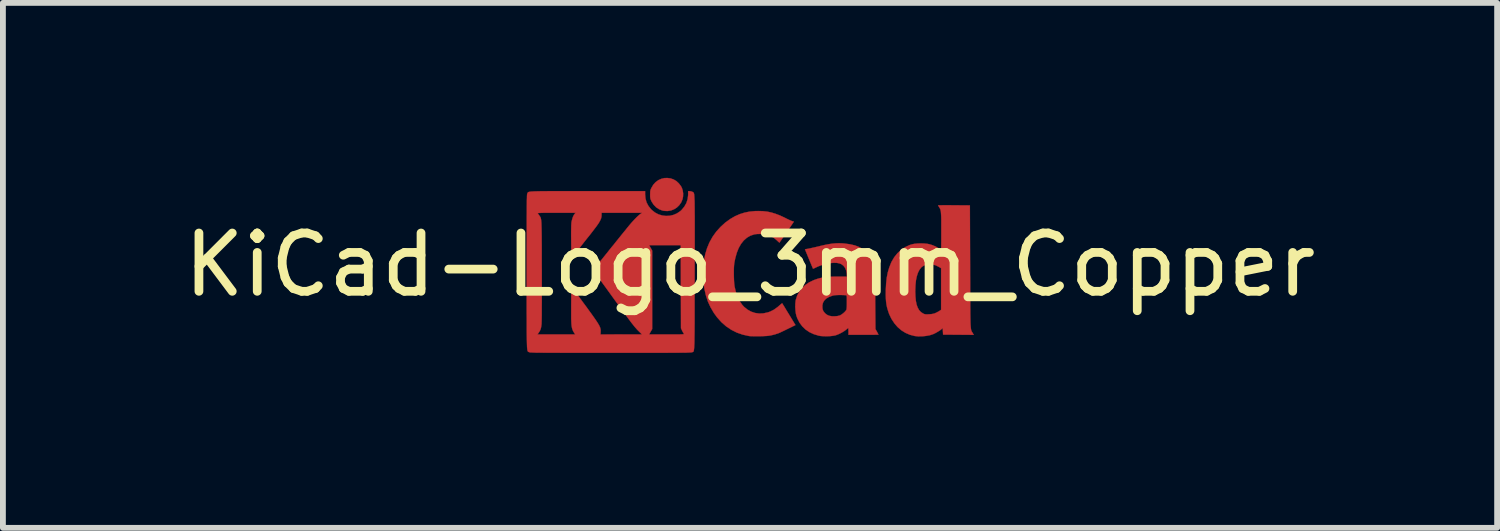
<source format=kicad_pcb>
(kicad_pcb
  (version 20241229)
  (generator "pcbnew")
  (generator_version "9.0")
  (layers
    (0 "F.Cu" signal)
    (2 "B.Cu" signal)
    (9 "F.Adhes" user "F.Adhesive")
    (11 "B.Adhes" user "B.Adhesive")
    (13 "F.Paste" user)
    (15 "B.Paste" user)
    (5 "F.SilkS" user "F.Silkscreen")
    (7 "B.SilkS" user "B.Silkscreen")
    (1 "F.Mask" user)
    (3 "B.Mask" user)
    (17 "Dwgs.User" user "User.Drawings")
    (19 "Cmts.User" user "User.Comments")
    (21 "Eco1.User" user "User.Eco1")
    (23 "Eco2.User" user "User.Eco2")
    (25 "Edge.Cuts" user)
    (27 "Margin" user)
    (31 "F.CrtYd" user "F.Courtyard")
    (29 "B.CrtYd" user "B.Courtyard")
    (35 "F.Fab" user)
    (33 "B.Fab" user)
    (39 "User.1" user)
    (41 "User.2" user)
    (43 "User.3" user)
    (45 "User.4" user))
  (footprint "KiCad-Logo_3mm_Copper"
    (layer "F.Cu")
    (at 9.815 1.492)
    (property "Reference" "KiCad-Logo_3mm_Copper" (at 0 0 0) (layer "F.SilkS") (effects (font (size 1 1) (thickness 0.15))))
    (attr exclude_from_pos_files exclude_from_bom)
    (fp_poly (pts (xy -1.363 -1.482) (xy -1.311 -1.464) (xy -1.263 -1.436) (xy -1.221 -1.397) (xy -1.184 -1.349) (xy -1.168 -1.318) (xy -1.154 -1.275) (xy -1.147 -1.226) (xy -1.148 -1.175) (xy -1.156 -1.129) (xy -1.179 -1.072) (xy -1.213 -1.023) (xy -1.254 -0.983) (xy -1.303 -0.952) (xy -1.357 -0.931) (xy -1.415 -0.922) (xy -1.474 -0.925) (xy -1.503 -0.931) (xy -1.56 -0.953) (xy -1.611 -0.987) (xy -1.654 -1.032) (xy -1.689 -1.086) (xy -1.691 -1.092) (xy -1.701 -1.114) (xy -1.708 -1.132) (xy -1.711 -1.152) (xy -1.713 -1.177) (xy -1.713 -1.205) (xy -1.712 -1.238) (xy -1.711 -1.262) (xy -1.707 -1.281) (xy -1.7 -1.3) (xy -1.691 -1.319) (xy -1.659 -1.373) (xy -1.619 -1.417) (xy -1.573 -1.451) (xy -1.523 -1.474) (xy -1.471 -1.487) (xy -1.417 -1.489) (xy -1.363 -1.482)) (stroke (width 0.005) (type solid)) (fill yes) (layer "F.Cu"))
    (fp_poly (pts (xy 0.22 -0.92) (xy 0.294 -0.912) (xy 0.366 -0.897) (xy 0.438 -0.875) (xy 0.514 -0.846) (xy 0.596 -0.808) (xy 0.611 -0.8) (xy 0.645 -0.783) (xy 0.677 -0.768) (xy 0.704 -0.756) (xy 0.723 -0.749) (xy 0.726 -0.748) (xy 0.753 -0.74) (xy 0.63 -0.56) (xy 0.6 -0.517) (xy 0.572 -0.476) (xy 0.548 -0.442) (xy 0.529 -0.413) (xy 0.514 -0.393) (xy 0.507 -0.381) (xy 0.505 -0.38) (xy 0.5 -0.383) (xy 0.487 -0.395) (xy 0.469 -0.411) (xy 0.459 -0.421) (xy 0.403 -0.466) (xy 0.34 -0.5) (xy 0.285 -0.518) (xy 0.252 -0.524) (xy 0.211 -0.528) (xy 0.167 -0.529) (xy 0.123 -0.528) (xy 0.087 -0.524) (xy 0.072 -0.521) (xy 0.006 -0.499) (xy -0.054 -0.464) (xy -0.107 -0.417) (xy -0.154 -0.358) (xy -0.194 -0.288) (xy -0.227 -0.205) (xy -0.253 -0.111) (xy -0.269 -0.031) (xy -0.273 0.005) (xy -0.276 0.051) (xy -0.277 0.103) (xy -0.277 0.16) (xy -0.276 0.217) (xy -0.274 0.272) (xy -0.271 0.32) (xy -0.266 0.359) (xy -0.266 0.365) (xy -0.244 0.461) (xy -0.215 0.547) (xy -0.178 0.622) (xy -0.134 0.686) (xy -0.102 0.721) (xy -0.044 0.768) (xy 0.018 0.803) (xy 0.086 0.826) (xy 0.157 0.836) (xy 0.23 0.833) (xy 0.304 0.817) (xy 0.348 0.802) (xy 0.409 0.771) (xy 0.472 0.726) (xy 0.507 0.696) (xy 0.526 0.679) (xy 0.542 0.666) (xy 0.551 0.66) (xy 0.552 0.66) (xy 0.556 0.666) (xy 0.566 0.683) (xy 0.582 0.708) (xy 0.602 0.741) (xy 0.625 0.78) (xy 0.652 0.824) (xy 0.667 0.848) (xy 0.78 1.034) (xy 0.639 1.103) (xy 0.588 1.128) (xy 0.546 1.148) (xy 0.512 1.164) (xy 0.483 1.176) (xy 0.455 1.185) (xy 0.428 1.194) (xy 0.397 1.202) (xy 0.367 1.209) (xy 0.341 1.214) (xy 0.314 1.218) (xy 0.282 1.221) (xy 0.244 1.223) (xy 0.197 1.225) (xy 0.165 1.226) (xy 0.119 1.226) (xy 0.075 1.226) (xy 0.036 1.225) (xy 0.005 1.224) (xy -0.016 1.222) (xy -0.017 1.222) (xy -0.125 1.198) (xy -0.226 1.163) (xy -0.321 1.115) (xy -0.409 1.056) (xy -0.49 0.985) (xy -0.565 0.901) (xy -0.619 0.827) (xy -0.676 0.73) (xy -0.723 0.628) (xy -0.758 0.519) (xy -0.784 0.403) (xy -0.798 0.28) (xy -0.803 0.154) (xy -0.799 0.033) (xy -0.787 -0.079) (xy -0.767 -0.184) (xy -0.737 -0.283) (xy -0.698 -0.378) (xy -0.693 -0.388) (xy -0.642 -0.48) (xy -0.579 -0.568) (xy -0.506 -0.649) (xy -0.425 -0.723) (xy -0.338 -0.786) (xy -0.257 -0.833) (xy -0.175 -0.869) (xy -0.092 -0.895) (xy -0.007 -0.912) (xy 0.086 -0.921) (xy 0.141 -0.922) (xy 0.22 -0.92)) (stroke (width 0.005) (type solid)) (fill yes) (layer "F.Cu"))
    (fp_poly (pts (xy 3.421 -1.022) (xy 3.48 -1.021) (xy 3.499 -1.021) (xy 3.772 -1.019) (xy 3.776 0.027) (xy 3.776 0.169) (xy 3.777 0.298) (xy 3.777 0.415) (xy 3.777 0.52) (xy 3.778 0.613) (xy 3.778 0.697) (xy 3.779 0.77) (xy 3.779 0.835) (xy 3.78 0.891) (xy 3.781 0.939) (xy 3.782 0.981) (xy 3.783 1.016) (xy 3.785 1.045) (xy 3.787 1.069) (xy 3.789 1.089) (xy 3.791 1.105) (xy 3.794 1.118) (xy 3.797 1.128) (xy 3.801 1.137) (xy 3.804 1.145) (xy 3.809 1.152) (xy 3.814 1.16) (xy 3.819 1.169) (xy 3.82 1.17) (xy 3.838 1.202) (xy 3.575 1.2) (xy 3.312 1.198) (xy 3.309 1.14) (xy 3.307 1.112) (xy 3.305 1.096) (xy 3.302 1.09) (xy 3.298 1.091) (xy 3.295 1.095) (xy 3.281 1.108) (xy 3.257 1.126) (xy 3.228 1.144) (xy 3.196 1.163) (xy 3.165 1.179) (xy 3.141 1.19) (xy 3.086 1.208) (xy 3.022 1.22) (xy 2.954 1.227) (xy 2.888 1.228) (xy 2.828 1.222) (xy 2.827 1.222) (xy 2.745 1.201) (xy 2.668 1.168) (xy 2.597 1.124) (xy 2.532 1.068) (xy 2.476 1.003) (xy 2.427 0.928) (xy 2.387 0.845) (xy 2.366 0.783) (xy 2.351 0.731) (xy 2.341 0.681) (xy 2.334 0.629) (xy 2.33 0.573) (xy 2.328 0.51) (xy 2.329 0.458) (xy 2.835 0.458) (xy 2.838 0.545) (xy 2.845 0.619) (xy 2.858 0.683) (xy 2.877 0.735) (xy 2.901 0.778) (xy 2.932 0.811) (xy 2.967 0.834) (xy 2.985 0.843) (xy 3.001 0.848) (xy 3.019 0.85) (xy 3.043 0.85) (xy 3.069 0.849) (xy 3.119 0.845) (xy 3.159 0.836) (xy 3.172 0.832) (xy 3.2 0.819) (xy 3.23 0.803) (xy 3.244 0.795) (xy 3.278 0.772) (xy 3.278 0.058) (xy 3.24 0.036) (xy 3.188 0.01) (xy 3.134 -0.005) (xy 3.081 -0.01) (xy 3.031 -0.004) (xy 2.985 0.012) (xy 2.947 0.037) (xy 2.934 0.05) (xy 2.904 0.09) (xy 2.88 0.139) (xy 2.861 0.198) (xy 2.847 0.266) (xy 2.839 0.346) (xy 2.835 0.438) (xy 2.835 0.458) (xy 2.329 0.458) (xy 2.329 0.436) (xy 2.335 0.323) (xy 2.346 0.221) (xy 2.364 0.129) (xy 2.389 0.045) (xy 2.42 -0.033) (xy 2.431 -0.056) (xy 2.475 -0.131) (xy 2.529 -0.198) (xy 2.591 -0.255) (xy 2.66 -0.302) (xy 2.734 -0.337) (xy 2.778 -0.351) (xy 2.822 -0.36) (xy 2.875 -0.365) (xy 2.932 -0.367) (xy 2.989 -0.365) (xy 3.041 -0.36) (xy 3.084 -0.351) (xy 3.134 -0.335) (xy 3.183 -0.314) (xy 3.226 -0.29) (xy 3.248 -0.274) (xy 3.264 -0.262) (xy 3.275 -0.255) (xy 3.278 -0.254) (xy 3.278 -0.261) (xy 3.279 -0.28) (xy 3.28 -0.31) (xy 3.28 -0.35) (xy 3.281 -0.398) (xy 3.281 -0.453) (xy 3.281 -0.514) (xy 3.281 -0.576) (xy 3.281 -0.655) (xy 3.281 -0.722) (xy 3.281 -0.778) (xy 3.28 -0.823) (xy 3.278 -0.861) (xy 3.276 -0.89) (xy 3.274 -0.914) (xy 3.27 -0.933) (xy 3.266 -0.949) (xy 3.26 -0.962) (xy 3.253 -0.975) (xy 3.245 -0.987) (xy 3.244 -0.989) (xy 3.234 -1.006) (xy 3.227 -1.017) (xy 3.226 -1.019) (xy 3.233 -1.02) (xy 3.252 -1.021) (xy 3.282 -1.021) (xy 3.321 -1.022) (xy 3.368 -1.022) (xy 3.421 -1.022)) (stroke (width 0.005) (type solid)) (fill yes) (layer "F.Cu"))
    (fp_poly (pts (xy 1.584 -0.368) (xy 1.618 -0.365) (xy 1.715 -0.352) (xy 1.801 -0.332) (xy 1.877 -0.303) (xy 1.942 -0.266) (xy 1.997 -0.221) (xy 2.043 -0.166) (xy 2.08 -0.103) (xy 2.107 -0.034) (xy 2.114 -0.012) (xy 2.12 0.008) (xy 2.125 0.028) (xy 2.129 0.049) (xy 2.133 0.072) (xy 2.136 0.098) (xy 2.138 0.128) (xy 2.141 0.164) (xy 2.142 0.205) (xy 2.144 0.254) (xy 2.145 0.312) (xy 2.146 0.379) (xy 2.147 0.457) (xy 2.148 0.547) (xy 2.148 0.618) (xy 2.152 1.102) (xy 2.178 1.148) (xy 2.19 1.171) (xy 2.199 1.188) (xy 2.203 1.198) (xy 2.204 1.198) (xy 2.197 1.199) (xy 2.178 1.2) (xy 2.149 1.2) (xy 2.11 1.201) (xy 2.063 1.201) (xy 2.011 1.201) (xy 1.953 1.201) (xy 1.946 1.201) (xy 1.689 1.201) (xy 1.689 1.143) (xy 1.688 1.117) (xy 1.687 1.096) (xy 1.685 1.086) (xy 1.685 1.085) (xy 1.678 1.089) (xy 1.664 1.1) (xy 1.646 1.115) (xy 1.645 1.116) (xy 1.612 1.14) (xy 1.57 1.165) (xy 1.524 1.188) (xy 1.479 1.206) (xy 1.459 1.212) (xy 1.419 1.219) (xy 1.37 1.224) (xy 1.317 1.226) (xy 1.264 1.225) (xy 1.215 1.222) (xy 1.181 1.216) (xy 1.097 1.191) (xy 1.021 1.156) (xy 0.954 1.111) (xy 0.897 1.056) (xy 0.849 0.992) (xy 0.812 0.919) (xy 0.796 0.875) (xy 0.786 0.832) (xy 0.78 0.781) (xy 0.776 0.726) (xy 0.777 0.717) (xy 1.241 0.717) (xy 1.245 0.759) (xy 1.257 0.793) (xy 1.281 0.824) (xy 1.29 0.834) (xy 1.323 0.859) (xy 1.36 0.875) (xy 1.405 0.883) (xy 1.452 0.883) (xy 1.497 0.88) (xy 1.531 0.872) (xy 1.546 0.867) (xy 1.573 0.851) (xy 1.601 0.83) (xy 1.627 0.806) (xy 1.646 0.783) (xy 1.652 0.775) (xy 1.656 0.763) (xy 1.658 0.744) (xy 1.66 0.716) (xy 1.661 0.678) (xy 1.661 0.642) (xy 1.661 0.6) (xy 1.661 0.569) (xy 1.66 0.548) (xy 1.658 0.535) (xy 1.655 0.528) (xy 1.651 0.524) (xy 1.649 0.523) (xy 1.638 0.521) (xy 1.616 0.52) (xy 1.587 0.519) (xy 1.552 0.518) (xy 1.545 0.518) (xy 1.498 0.519) (xy 1.463 0.521) (xy 1.434 0.525) (xy 1.411 0.531) (xy 1.353 0.553) (xy 1.307 0.58) (xy 1.274 0.613) (xy 1.252 0.651) (xy 1.242 0.696) (xy 1.241 0.717) (xy 0.777 0.717) (xy 0.777 0.671) (xy 0.782 0.622) (xy 0.785 0.603) (xy 0.809 0.529) (xy 0.844 0.462) (xy 0.89 0.401) (xy 0.948 0.347) (xy 1.015 0.301) (xy 1.092 0.264) (xy 1.157 0.241) (xy 1.2 0.229) (xy 1.242 0.22) (xy 1.284 0.213) (xy 1.33 0.208) (xy 1.383 0.205) (xy 1.444 0.203) (xy 1.499 0.203) (xy 1.663 0.203) (xy 1.66 0.153) (xy 1.651 0.1) (xy 1.632 0.054) (xy 1.604 0.017) (xy 1.567 -0.011) (xy 1.535 -0.024) (xy 1.489 -0.033) (xy 1.434 -0.034) (xy 1.372 -0.028) (xy 1.307 -0.016) (xy 1.242 0.001) (xy 1.177 0.025) (xy 1.13 0.046) (xy 1.108 0.057) (xy 1.091 0.064) (xy 1.082 0.067) (xy 1.081 0.067) (xy 1.078 0.061) (xy 1.071 0.043) (xy 1.059 0.016) (xy 1.045 -0.019) (xy 1.028 -0.059) (xy 1.011 -0.1) (xy 0.943 -0.266) (xy 0.991 -0.274) (xy 1.012 -0.278) (xy 1.044 -0.285) (xy 1.084 -0.294) (xy 1.128 -0.304) (xy 1.176 -0.315) (xy 1.194 -0.32) (xy 1.276 -0.339) (xy 1.347 -0.353) (xy 1.411 -0.363) (xy 1.47 -0.368) (xy 1.526 -0.37) (xy 1.584 -0.368)) (stroke (width 0.005) (type solid)) (fill yes) (layer "F.Cu"))
    (fp_poly (pts (xy -2.978 -1.263) (xy -2.846 -1.263) (xy -2.784 -1.263) (xy -1.799 -1.263) (xy -1.799 -1.205) (xy -1.792 -1.134) (xy -1.774 -1.069) (xy -1.742 -1.009) (xy -1.698 -0.954) (xy -1.683 -0.939) (xy -1.629 -0.896) (xy -1.57 -0.865) (xy -1.507 -0.846) (xy -1.442 -0.838) (xy -1.376 -0.841) (xy -1.312 -0.856) (xy -1.252 -0.882) (xy -1.196 -0.92) (xy -1.171 -0.943) (xy -1.125 -0.999) (xy -1.091 -1.06) (xy -1.07 -1.126) (xy -1.061 -1.196) (xy -1.061 -1.203) (xy -1.061 -1.263) (xy -1.034 -1.263) (xy -1.011 -1.26) (xy -0.989 -1.252) (xy -0.988 -1.251) (xy -0.983 -1.249) (xy -0.979 -1.247) (xy -0.975 -1.245) (xy -0.971 -1.242) (xy -0.968 -1.239) (xy -0.965 -1.233) (xy -0.962 -1.226) (xy -0.959 -1.215) (xy -0.957 -1.201) (xy -0.956 -1.183) (xy -0.954 -1.161) (xy -0.953 -1.133) (xy -0.951 -1.099) (xy -0.95 -1.06) (xy -0.95 -1.013) (xy -0.949 -0.959) (xy -0.949 -0.897) (xy -0.948 -0.827) (xy -0.948 -0.748) (xy -0.948 -0.658) (xy -0.948 -0.559) (xy -0.948 -0.449) (xy -0.948 -0.327) (xy -0.949 -0.193) (xy -0.949 -0.047) (xy -0.949 0.112) (xy -0.949 0.132) (xy -0.949 0.292) (xy -0.949 0.439) (xy -0.95 0.574) (xy -0.95 0.696) (xy -0.95 0.807) (xy -0.95 0.907) (xy -0.95 0.997) (xy -0.951 1.077) (xy -0.951 1.148) (xy -0.952 1.21) (xy -0.953 1.265) (xy -0.953 1.311) (xy -0.954 1.351) (xy -0.956 1.385) (xy -0.957 1.412) (xy -0.959 1.435) (xy -0.961 1.453) (xy -0.963 1.467) (xy -0.965 1.477) (xy -0.968 1.485) (xy -0.971 1.49) (xy -0.974 1.493) (xy -0.978 1.495) (xy -0.982 1.496) (xy -0.987 1.498) (xy -0.992 1.499) (xy -0.993 1.5) (xy -0.997 1.501) (xy -1.003 1.502) (xy -1.012 1.503) (xy -1.025 1.504) (xy -1.043 1.505) (xy -1.065 1.506) (xy -1.092 1.507) (xy -1.125 1.507) (xy -1.165 1.508) (xy -1.211 1.508) (xy -1.265 1.509) (xy -1.327 1.509) (xy -1.398 1.509) (xy -1.477 1.51) (xy -1.567 1.51) (xy -1.667 1.51) (xy -1.777 1.51) (xy -1.899 1.51) (xy -2.033 1.51) (xy -2.179 1.51) (xy -2.338 1.51) (xy -2.39 1.51) (xy -2.553 1.51) (xy -2.702 1.51) (xy -2.839 1.51) (xy -2.964 1.51) (xy -3.078 1.51) (xy -3.18 1.51) (xy -3.273 1.509) (xy -3.355 1.509) (xy -3.428 1.509) (xy -3.492 1.509) (xy -3.548 1.508) (xy -3.597 1.508) (xy -3.638 1.507) (xy -3.674 1.507) (xy -3.703 1.506) (xy -3.726 1.505) (xy -3.745 1.504) (xy -3.76 1.504) (xy -3.771 1.503) (xy -3.779 1.501) (xy -3.784 1.5) (xy -3.787 1.499) (xy -3.792 1.497) (xy -3.797 1.495) (xy -3.801 1.494) (xy -3.805 1.492) (xy -3.809 1.488) (xy -3.812 1.483) (xy -3.815 1.476) (xy -3.818 1.466) (xy -3.82 1.452) (xy -3.822 1.435) (xy -3.824 1.413) (xy -3.825 1.386) (xy -3.826 1.353) (xy -3.827 1.314) (xy -3.828 1.268) (xy -3.829 1.215) (xy -3.829 1.194) (xy -3.646 1.194) (xy -2.998 1.194) (xy -3.011 1.176) (xy -3.023 1.156) (xy -3.034 1.138) (xy -3.042 1.119) (xy -3.05 1.098) (xy -3.055 1.075) (xy -3.06 1.047) (xy -3.063 1.014) (xy -3.065 0.974) (xy -3.067 0.926) (xy -3.067 0.868) (xy -3.067 0.8) (xy -3.067 0.72) (xy -3.067 0.69) (xy -3.065 0.37) (xy -2.863 0.646) (xy -2.805 0.724) (xy -2.756 0.792) (xy -2.713 0.851) (xy -2.677 0.902) (xy -2.647 0.945) (xy -2.623 0.981) (xy -2.603 1.013) (xy -2.588 1.039) (xy -2.577 1.062) (xy -2.569 1.081) (xy -2.565 1.099) (xy -2.562 1.116) (xy -2.561 1.132) (xy -2.562 1.149) (xy -2.562 1.152) (xy -2.564 1.195) (xy -1.854 1.194) (xy -1.907 1.141) (xy -1.921 1.127) (xy -1.935 1.113) (xy -1.948 1.098) (xy -1.962 1.082) (xy -1.977 1.065) (xy -1.994 1.044) (xy -2.013 1.02) (xy -2.035 0.992) (xy -2.06 0.959) (xy -2.089 0.92) (xy -2.123 0.874) (xy -2.162 0.821) (xy -2.207 0.759) (xy -2.258 0.689) (xy -2.316 0.609) (xy -2.364 0.543) (xy -2.424 0.46) (xy -2.476 0.388) (xy -2.521 0.326) (xy -2.56 0.272) (xy -2.592 0.227) (xy -2.618 0.189) (xy -2.64 0.159) (xy -2.656 0.134) (xy -2.668 0.116) (xy -2.676 0.102) (xy -2.681 0.092) (xy -2.683 0.086) (xy -2.682 0.083) (xy -2.675 0.074) (xy -2.661 0.056) (xy -2.64 0.029) (xy -2.612 -0.005) (xy -2.58 -0.046) (xy -2.543 -0.091) (xy -2.503 -0.141) (xy -2.46 -0.194) (xy -2.416 -0.25) (xy -2.371 -0.306) (xy -2.346 -0.336) (xy -1.73 -0.336) (xy -1.704 -0.29) (xy -1.678 -0.244) (xy -1.678 1.102) (xy -1.704 1.148) (xy -1.73 1.194) (xy -1.427 1.194) (xy -1.354 1.194) (xy -1.295 1.194) (xy -1.246 1.194) (xy -1.208 1.194) (xy -1.179 1.193) (xy -1.159 1.192) (xy -1.145 1.191) (xy -1.136 1.19) (xy -1.133 1.188) (xy -1.133 1.185) (xy -1.135 1.182) (xy -1.135 1.182) (xy -1.143 1.17) (xy -1.155 1.149) (xy -1.165 1.129) (xy -1.184 1.088) (xy -1.188 -0.336) (xy -1.73 -0.336) (xy -2.346 -0.336) (xy -2.326 -0.361) (xy -2.282 -0.416) (xy -2.239 -0.469) (xy -2.2 -0.518) (xy -2.164 -0.562) (xy -2.132 -0.601) (xy -2.106 -0.634) (xy -2.086 -0.658) (xy -2.074 -0.673) (xy -2.028 -0.727) (xy -1.984 -0.775) (xy -1.943 -0.817) (xy -1.907 -0.85) (xy -1.882 -0.871) (xy -1.851 -0.892) (xy -2.546 -0.892) (xy -2.546 -0.852) (xy -2.548 -0.822) (xy -2.555 -0.794) (xy -2.566 -0.768) (xy -2.574 -0.753) (xy -2.582 -0.738) (xy -2.591 -0.722) (xy -2.602 -0.705) (xy -2.616 -0.685) (xy -2.633 -0.661) (xy -2.655 -0.632) (xy -2.681 -0.598) (xy -2.713 -0.556) (xy -2.751 -0.507) (xy -2.797 -0.45) (xy -2.85 -0.383) (xy -2.856 -0.375) (xy -3.065 -0.11) (xy -3.067 -0.404) (xy -3.068 -0.491) (xy -3.068 -0.566) (xy -3.067 -0.627) (xy -3.066 -0.675) (xy -3.064 -0.71) (xy -3.062 -0.733) (xy -3.061 -0.738) (xy -3.05 -0.783) (xy -3.036 -0.825) (xy -3.019 -0.858) (xy -3.009 -0.872) (xy -2.992 -0.892) (xy -3.319 -0.892) (xy -3.397 -0.892) (xy -3.462 -0.892) (xy -3.516 -0.892) (xy -3.558 -0.891) (xy -3.591 -0.89) (xy -3.614 -0.889) (xy -3.63 -0.888) (xy -3.639 -0.886) (xy -3.641 -0.884) (xy -3.641 -0.884) (xy -3.634 -0.873) (xy -3.622 -0.857) (xy -3.616 -0.848) (xy -3.61 -0.84) (xy -3.605 -0.833) (xy -3.6 -0.825) (xy -3.595 -0.817) (xy -3.591 -0.808) (xy -3.588 -0.797) (xy -3.585 -0.783) (xy -3.582 -0.765) (xy -3.58 -0.743) (xy -3.578 -0.716) (xy -3.577 -0.683) (xy -3.576 -0.644) (xy -3.575 -0.598) (xy -3.574 -0.544) (xy -3.573 -0.48) (xy -3.573 -0.408) (xy -3.572 -0.325) (xy -3.572 -0.232) (xy -3.572 -0.127) (xy -3.572 -0.009) (xy -3.571 0.099) (xy -3.571 0.219) (xy -3.571 0.334) (xy -3.571 0.443) (xy -3.571 0.544) (xy -3.571 0.638) (xy -3.572 0.724) (xy -3.572 0.8) (xy -3.572 0.866) (xy -3.573 0.922) (xy -3.574 0.966) (xy -3.575 0.998) (xy -3.575 1.017) (xy -3.576 1.019) (xy -3.582 1.066) (xy -3.591 1.104) (xy -3.606 1.136) (xy -3.627 1.169) (xy -3.629 1.172) (xy -3.646 1.194) (xy -3.829 1.194) (xy -3.83 1.154) (xy -3.83 1.084) (xy -3.83 1.005) (xy -3.83 0.917) (xy -3.831 0.818) (xy -3.831 0.709) (xy -3.831 0.588) (xy -3.831 0.455) (xy -3.831 0.31) (xy -3.831 0.152) (xy -3.831 0.12) (xy -3.831 -0.039) (xy -3.831 -0.186) (xy -3.831 -0.32) (xy -3.83 -0.442) (xy -3.83 -0.553) (xy -3.83 -0.653) (xy -3.83 -0.742) (xy -3.83 -0.822) (xy -3.829 -0.892) (xy -3.829 -0.954) (xy -3.829 -1.007) (xy -3.828 -1.053) (xy -3.828 -1.092) (xy -3.827 -1.125) (xy -3.826 -1.152) (xy -3.826 -1.174) (xy -3.825 -1.19) (xy -3.824 -1.203) (xy -3.823 -1.212) (xy -3.821 -1.218) (xy -3.82 -1.222) (xy -3.82 -1.222) (xy -3.818 -1.228) (xy -3.815 -1.233) (xy -3.813 -1.237) (xy -3.81 -1.241) (xy -3.805 -1.245) (xy -3.798 -1.248) (xy -3.788 -1.251) (xy -3.775 -1.253) (xy -3.757 -1.256) (xy -3.734 -1.257) (xy -3.706 -1.259) (xy -3.672 -1.26) (xy -3.631 -1.261) (xy -3.583 -1.262) (xy -3.526 -1.262) (xy -3.461 -1.263) (xy -3.386 -1.263) (xy -3.301 -1.263) (xy -3.205 -1.263) (xy -3.097 -1.263) (xy -2.978 -1.263)) (stroke (width 0.005) (type solid)) (fill yes) (layer "F.Cu")))
  (gr_rect
    (start -3 -3)
    (end 22.631 6.004)
    (stroke (width 0.1) (type default))
    (fill no)
    (layer "Edge.Cuts")))
</source>
